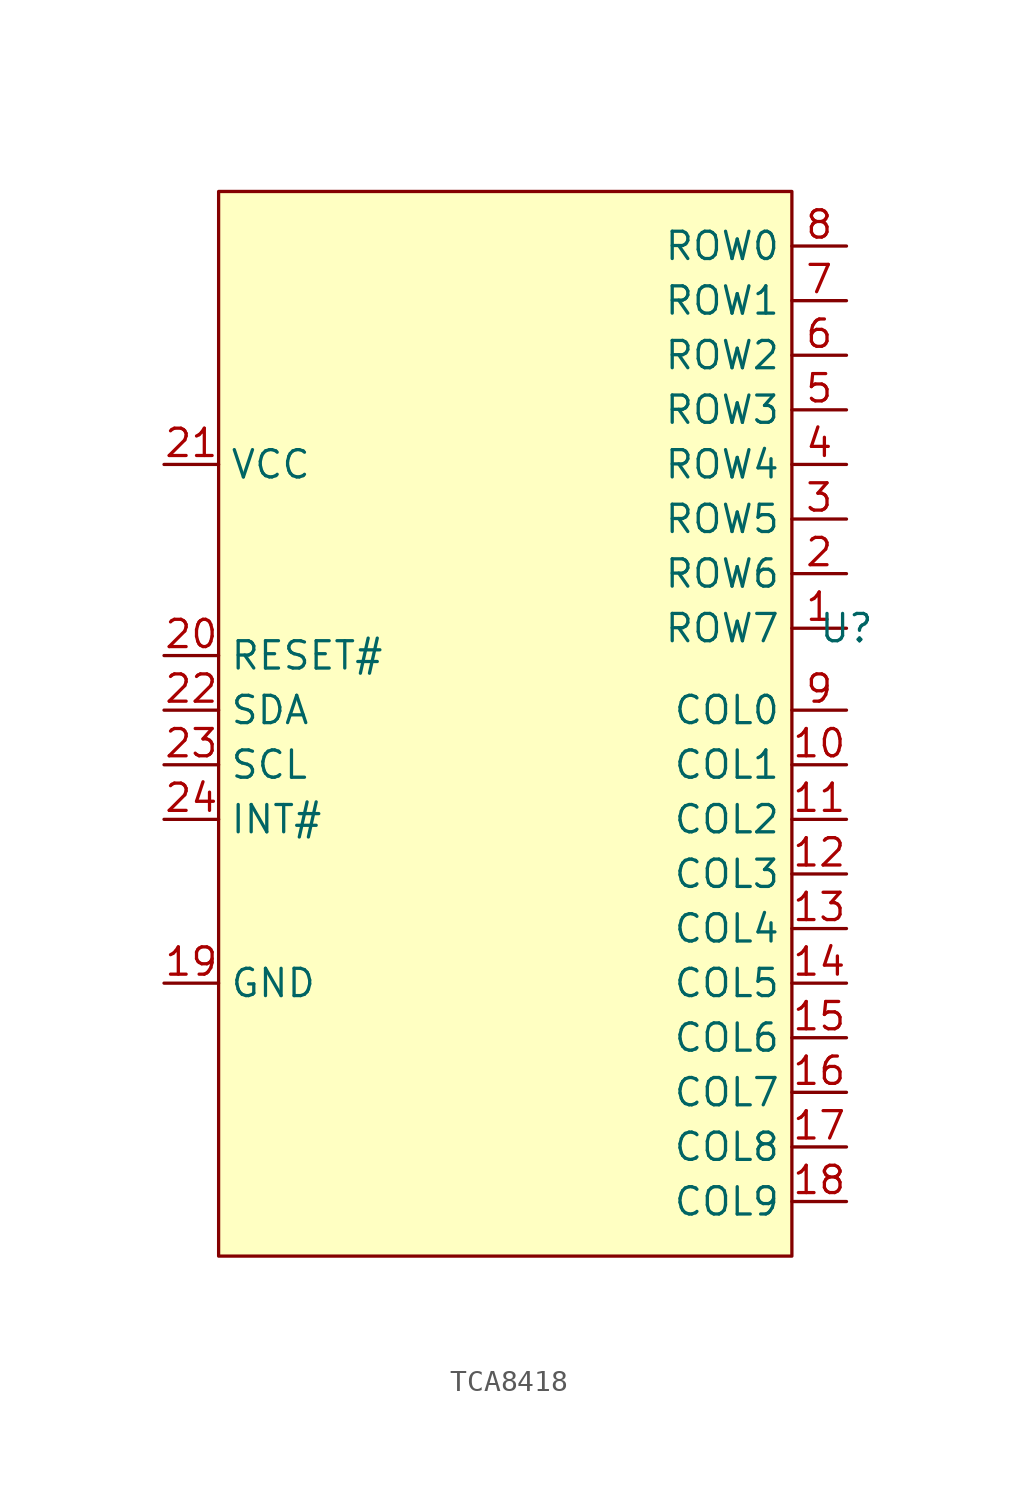
<source format=kicad_sym>
(kicad_symbol_lib
  (version 20220914)
  (generator kicad_symbol_editor)
  (symbol "TCA8418"
    (property "Reference" "U"
      (at 16.51 3.81 0)
      (effects (font (size 1.27 1.27))))
    (property "Value" ""
      (at 16.51 3.81 0)
      (effects (font (size 1.27 1.27))))
    (symbol "TCA8418_0_0"
      (pin bidirectional line (at 16.51 3.81 180) (length 2.54) (name "ROW7" (effects (font (size 1.27 1.27)))) (number "1" (effects (font (size 1.27 1.27)))))
      (pin bidirectional line (at 16.51 -2.54 180) (length 2.54) (name "COL1" (effects (font (size 1.27 1.27)))) (number "10" (effects (font (size 1.27 1.27)))))
      (pin bidirectional line (at 16.51 -5.08 180) (length 2.54) (name "COL2" (effects (font (size 1.27 1.27)))) (number "11" (effects (font (size 1.27 1.27)))))
      (pin bidirectional line (at 16.51 -7.62 180) (length 2.54) (name "COL3" (effects (font (size 1.27 1.27)))) (number "12" (effects (font (size 1.27 1.27)))))
      (pin bidirectional line (at 16.51 -10.16 180) (length 2.54) (name "COL4" (effects (font (size 1.27 1.27)))) (number "13" (effects (font (size 1.27 1.27)))))
      (pin bidirectional line (at 16.51 -12.7 180) (length 2.54) (name "COL5" (effects (font (size 1.27 1.27)))) (number "14" (effects (font (size 1.27 1.27)))))
      (pin bidirectional line (at 16.51 -15.24 180) (length 2.54) (name "COL6" (effects (font (size 1.27 1.27)))) (number "15" (effects (font (size 1.27 1.27)))))
      (pin bidirectional line (at 16.51 -17.78 180) (length 2.54) (name "COL7" (effects (font (size 1.27 1.27)))) (number "16" (effects (font (size 1.27 1.27)))))
      (pin bidirectional line (at 16.51 -20.32 180) (length 2.54) (name "COL8" (effects (font (size 1.27 1.27)))) (number "17" (effects (font (size 1.27 1.27)))))
      (pin bidirectional line (at 16.51 -22.86 180) (length 2.54) (name "COL9" (effects (font (size 1.27 1.27)))) (number "18" (effects (font (size 1.27 1.27)))))
      (pin power_in line (at -15.24 -12.7 0) (length 2.54) (name "GND" (effects (font (size 1.27 1.27)))) (number "19" (effects (font (size 1.27 1.27)))))
      (pin bidirectional line (at 16.51 6.35 180) (length 2.54) (name "ROW6" (effects (font (size 1.27 1.27)))) (number "2" (effects (font (size 1.27 1.27)))))
      (pin input line (at -15.24 2.54 0) (length 2.54) (name "RESET#" (effects (font (size 1.27 1.27)))) (number "20" (effects (font (size 1.27 1.27)))))
      (pin power_in line (at -15.24 11.43 0) (length 2.54) (name "VCC" (effects (font (size 1.27 1.27)))) (number "21" (effects (font (size 1.27 1.27)))))
      (pin bidirectional line (at -15.24 0 0) (length 2.54) (name "SDA" (effects (font (size 1.27 1.27)))) (number "22" (effects (font (size 1.27 1.27)))))
      (pin input line (at -15.24 -2.54 0) (length 2.54) (name "SCL" (effects (font (size 1.27 1.27)))) (number "23" (effects (font (size 1.27 1.27)))))
      (pin output line (at -15.24 -5.08 0) (length 2.54) (name "INT#" (effects (font (size 1.27 1.27)))) (number "24" (effects (font (size 1.27 1.27)))))
      (pin bidirectional line (at 16.51 8.89 180) (length 2.54) (name "ROW5" (effects (font (size 1.27 1.27)))) (number "3" (effects (font (size 1.27 1.27)))))
      (pin bidirectional line (at 16.51 11.43 180) (length 2.54) (name "ROW4" (effects (font (size 1.27 1.27)))) (number "4" (effects (font (size 1.27 1.27)))))
      (pin bidirectional line (at 16.51 13.97 180) (length 2.54) (name "ROW3" (effects (font (size 1.27 1.27)))) (number "5" (effects (font (size 1.27 1.27)))))
      (pin bidirectional line (at 16.51 16.51 180) (length 2.54) (name "ROW2" (effects (font (size 1.27 1.27)))) (number "6" (effects (font (size 1.27 1.27)))))
      (pin bidirectional line (at 16.51 19.05 180) (length 2.54) (name "ROW1" (effects (font (size 1.27 1.27)))) (number "7" (effects (font (size 1.27 1.27)))))
      (pin bidirectional line (at 16.51 21.59 180) (length 2.54) (name "ROW0" (effects (font (size 1.27 1.27)))) (number "8" (effects (font (size 1.27 1.27)))))
      (pin bidirectional line (at 16.51 0 180) (length 2.54) (name "COL0" (effects (font (size 1.27 1.27)))) (number "9" (effects (font (size 1.27 1.27))))))
    (symbol "TCA8418_1_1"
      (rectangle (start -12.7 24.13) (end 13.97 -25.4) (stroke (width 0) (type default)) (fill (type background))))))
</source>
